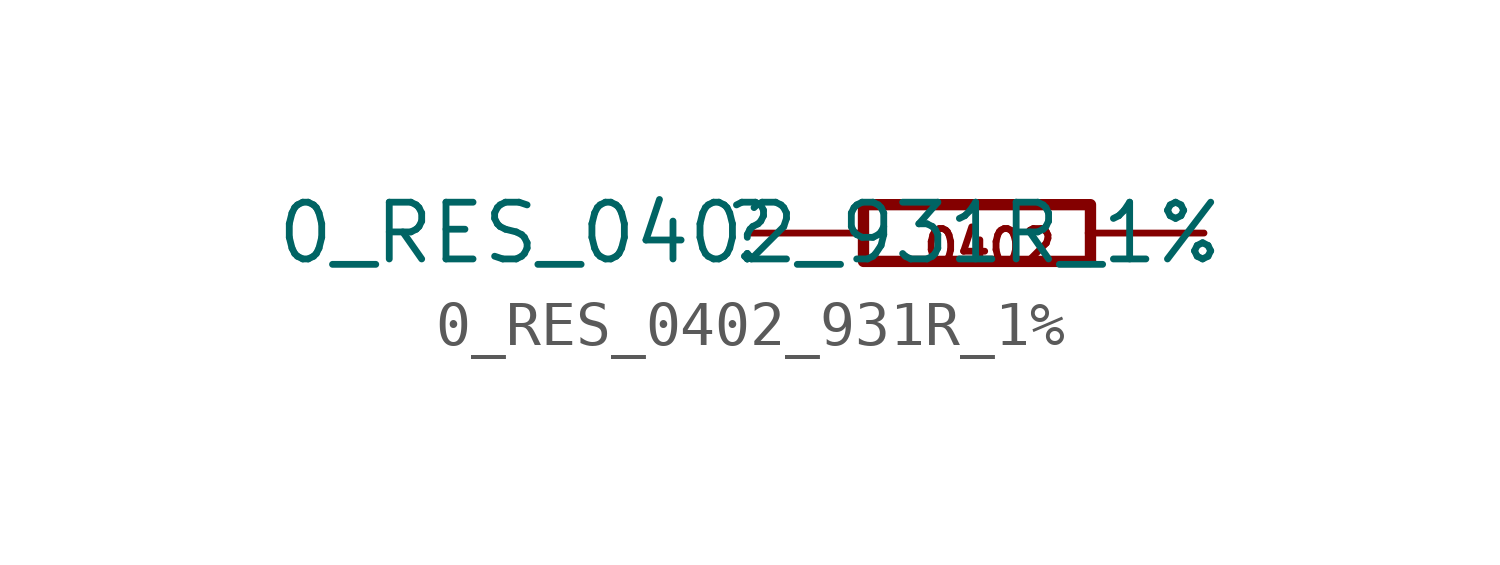
<source format=kicad_sym>
(kicad_symbol_lib
  (version 20211014)
  (generator kicad_symbol_editor)
  (symbol "0_RES_0402_931R_1%"
    (property "Reference" ""
      (at 0 0 0)
      (effects (font (size 1.27 1.27))))
    (property "Value" "0_RES_0402_931R_1%"
      (at 0 0 0)
      (effects (font (size 1.27 1.27))))
    (symbol "0_RES_0402_931R_1%_1_0"
      (polyline (pts (xy 7.62 -0.635) (xy 7.62 0)) (stroke (width 0.254) (type default) (color 0 0 0 0)) (fill (type none)))
      (polyline (pts (xy 7.62 0) (xy 7.62 0.635) (xy 2.54 0.635) (xy 2.54 -0.635) (xy 7.62 -0.635)) (stroke (width 0.254) (type default) (color 0 0 0 0)) (fill (type none)))
      (text "0402" (at 3.81 -0.762 0) (effects (font (size 0.762 0.762)) (justify left bottom)))
      (pin passive line (at 0 0 0) (length 2.54) (name "1" (effects (font (size 0 0)))) (number "1" (effects (font (size 0 0)))))
      (pin passive line (at 10.16 0 180) (length 2.54) (name "2" (effects (font (size 0 0)))) (number "2" (effects (font (size 0 0))))))))
</source>
